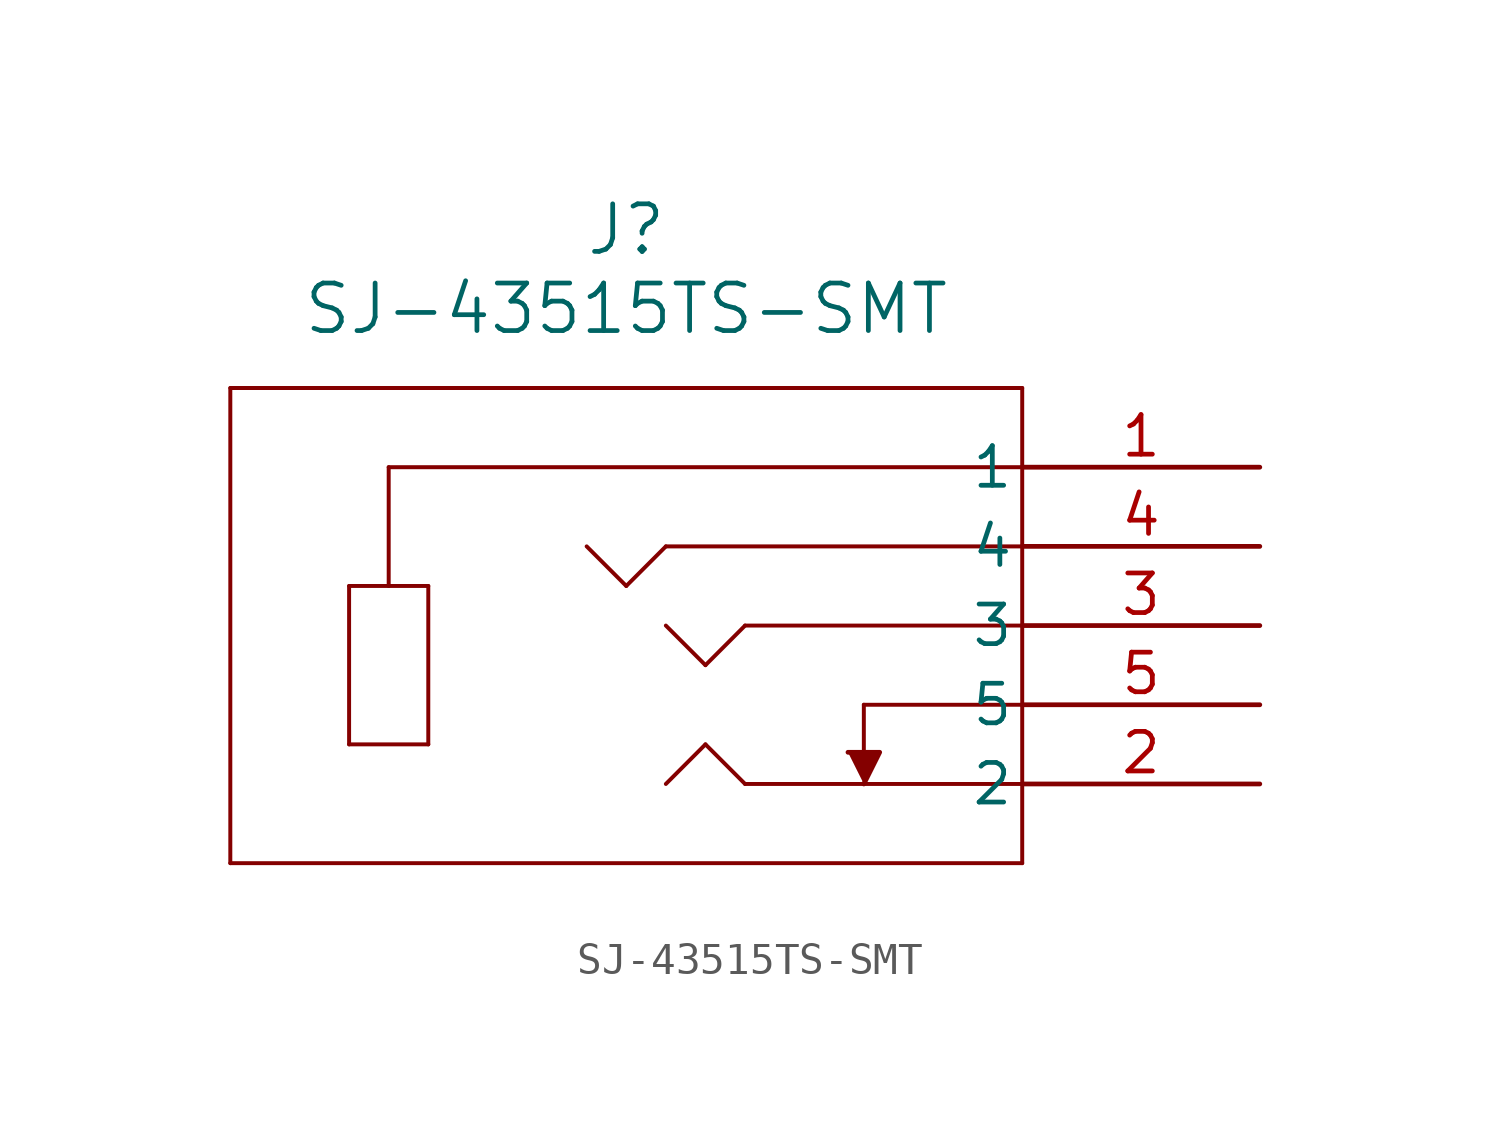
<source format=kicad_sym>
(kicad_symbol_lib
  (version 20211014)
  (generator kicad_symbol_editor)
  (symbol "SJ-43515TS-SMT"
    (pin_names
      (offset 0.254))
    (property "Reference" "J"
      (at -20.32 7.62 0)
      (effects (font (size 1.524 1.524))))
    (property "Value" "SJ-43515TS-SMT"
      (at -20.32 5.08 0)
      (effects (font (size 1.524 1.524))))
    (symbol "SJ-43515TS-SMT_0_1"
      (polyline (pts (xy -7.62 -2.54) (xy -19.05 -2.54)) (stroke (width 0.127) (type default) (color 0 0 0 0)) (fill (type none)))
      (polyline (pts (xy -33.02 2.54) (xy -33.02 -12.7)) (stroke (width 0.127) (type default) (color 0 0 0 0)) (fill (type none)))
      (polyline (pts (xy -33.02 -12.7) (xy -7.62 -12.7)) (stroke (width 0.127) (type default) (color 0 0 0 0)) (fill (type none)))
      (polyline (pts (xy -7.62 -12.7) (xy -7.62 2.54)) (stroke (width 0.127) (type default) (color 0 0 0 0)) (fill (type none)))
      (polyline (pts (xy -7.62 2.54) (xy -33.02 2.54)) (stroke (width 0.127) (type default) (color 0 0 0 0)) (fill (type none)))
      (polyline (pts (xy -7.62 0) (xy -27.94 0)) (stroke (width 0.127) (type default) (color 0 0 0 0)) (fill (type none)))
      (polyline (pts (xy -27.94 0) (xy -27.94 -3.81)) (stroke (width 0.127) (type default) (color 0 0 0 0)) (fill (type none)))
      (polyline (pts (xy -29.21 -3.81) (xy -26.67 -3.81)) (stroke (width 0.127) (type default) (color 0 0 0 0)) (fill (type none)))
      (polyline (pts (xy -26.67 -3.81) (xy -26.67 -8.89)) (stroke (width 0.127) (type default) (color 0 0 0 0)) (fill (type none)))
      (polyline (pts (xy -26.67 -8.89) (xy -29.21 -8.89)) (stroke (width 0.127) (type default) (color 0 0 0 0)) (fill (type none)))
      (polyline (pts (xy -29.21 -8.89) (xy -29.21 -3.81)) (stroke (width 0.127) (type default) (color 0 0 0 0)) (fill (type none)))
      (polyline (pts (xy -19.05 -2.54) (xy -20.32 -3.81)) (stroke (width 0.127) (type default) (color 0 0 0 0)) (fill (type none)))
      (polyline (pts (xy -20.32 -3.81) (xy -21.59 -2.54)) (stroke (width 0.127) (type default) (color 0 0 0 0)) (fill (type none)))
      (polyline (pts (xy -7.62 -10.16) (xy -16.51 -10.16)) (stroke (width 0.127) (type default) (color 0 0 0 0)) (fill (type none)))
      (polyline (pts (xy -19.05 -10.16) (xy -17.78 -8.89)) (stroke (width 0.127) (type default) (color 0 0 0 0)) (fill (type none)))
      (polyline (pts (xy -17.78 -8.89) (xy -16.51 -10.16)) (stroke (width 0.127) (type default) (color 0 0 0 0)) (fill (type none)))
      (polyline (pts (xy -7.62 -5.08) (xy -16.51 -5.08)) (stroke (width 0.127) (type default) (color 0 0 0 0)) (fill (type none)))
      (polyline (pts (xy -16.51 -5.08) (xy -17.78 -6.35)) (stroke (width 0.127) (type default) (color 0 0 0 0)) (fill (type none)))
      (polyline (pts (xy -17.78 -6.35) (xy -19.05 -5.08)) (stroke (width 0.127) (type default) (color 0 0 0 0)) (fill (type none)))
      (polyline (pts (xy -7.62 -7.62) (xy -12.7 -7.62)) (stroke (width 0.127) (type default) (color 0 0 0 0)) (fill (type none)))
      (polyline (pts (xy -12.7 -7.62) (xy -12.7 -9.398)) (stroke (width 0.127) (type default) (color 0 0 0 0)) (fill (type none)))
      (polyline (pts (xy -12.7 -10.16) (xy -12.192 -9.144) (xy -13.208 -9.144)) (stroke (width 0) (type default) (color 0 0 0 0)) (fill (type outline)))
      (pin unspecified line (at 0 0 180) (length 7.62) (name "1" (effects (font (size 1.27 1.27)))) (number "1" (effects (font (size 1.27 1.27)))))
      (pin unspecified line (at 0 -10.16 180) (length 7.62) (name "2" (effects (font (size 1.27 1.27)))) (number "2" (effects (font (size 1.27 1.27)))))
      (pin unspecified line (at 0 -5.08 180) (length 7.62) (name "3" (effects (font (size 1.27 1.27)))) (number "3" (effects (font (size 1.27 1.27)))))
      (pin unspecified line (at 0 -2.54 180) (length 7.62) (name "4" (effects (font (size 1.27 1.27)))) (number "4" (effects (font (size 1.27 1.27)))))
      (pin unspecified line (at 0 -7.62 180) (length 7.62) (name "5" (effects (font (size 1.27 1.27)))) (number "5" (effects (font (size 1.27 1.27))))))))
</source>
